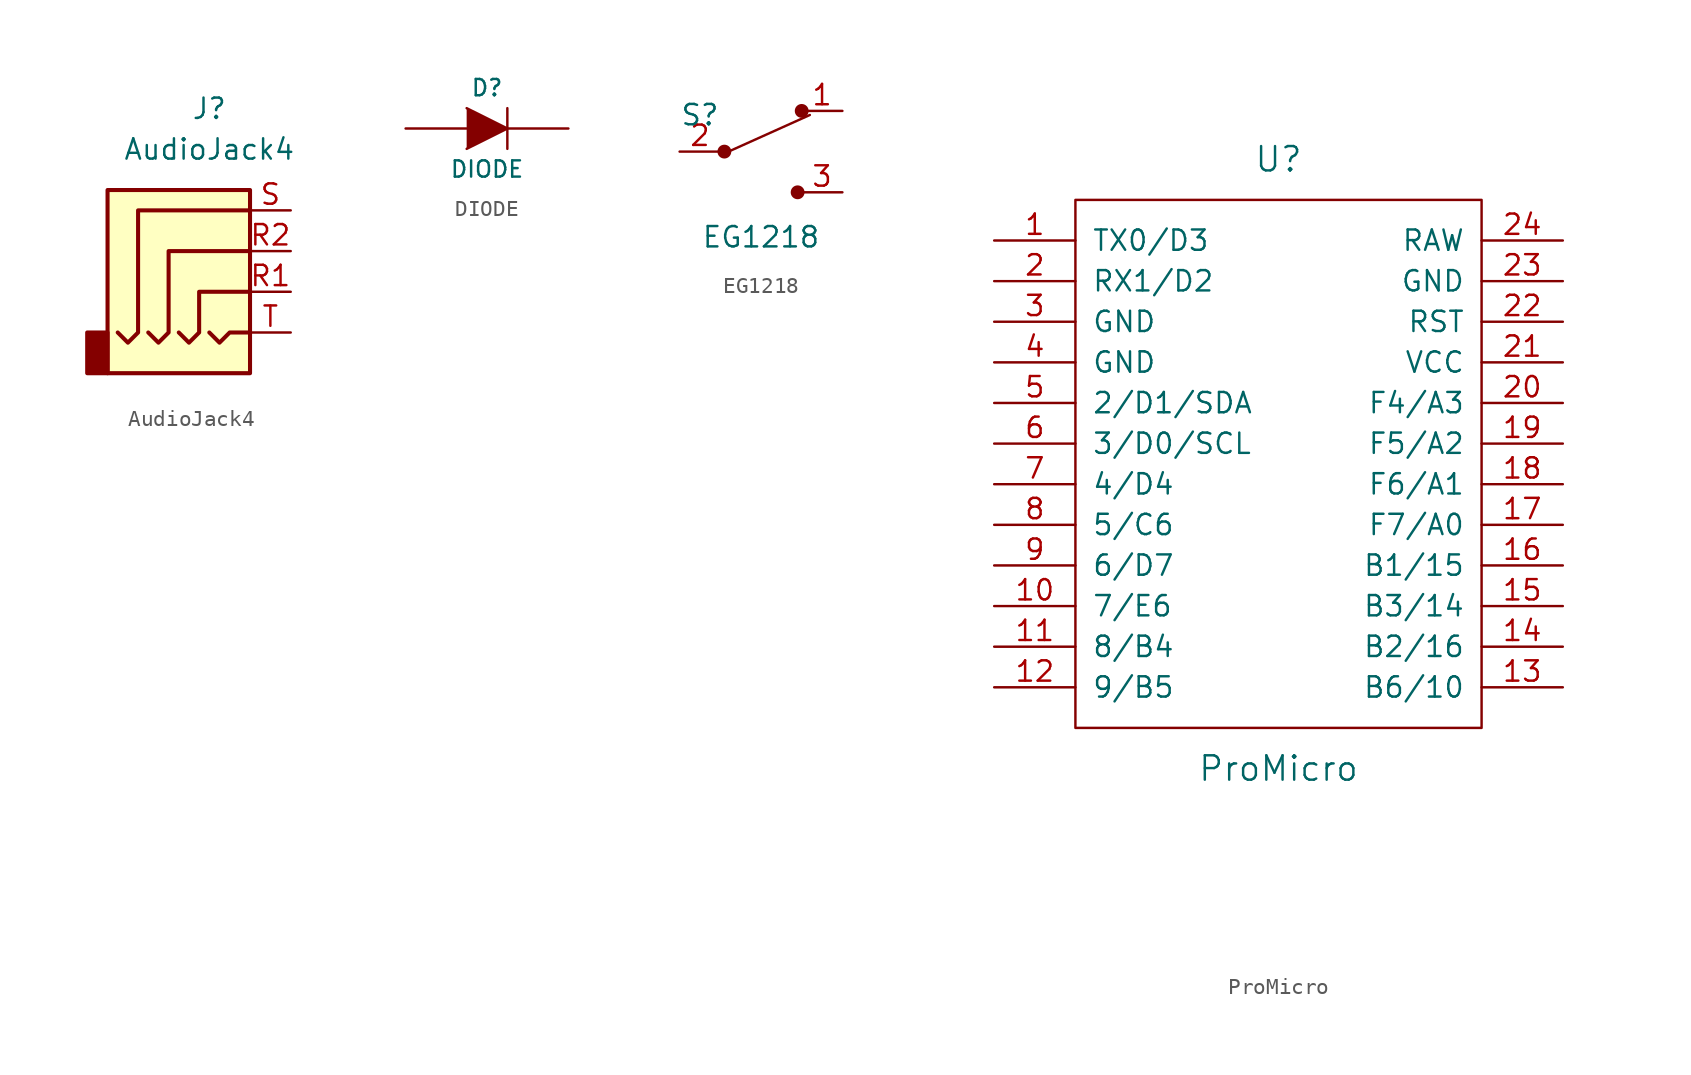
<source format=kicad_sym>
(kicad_symbol_lib
  (version 20220914)
  (generator kicad_symbol_editor)
  (symbol "AudioJack4"
    (property "Reference" "J"
      (at 0 8.89 0)
      (effects (font (size 1.27 1.27))))
    (property "Value" "AudioJack4"
      (at 0 6.35 0)
      (effects (font (size 1.27 1.27))))
    (symbol "AudioJack4_0_1"
      (rectangle (start -6.35 -5.08) (end -7.62 -7.62) (stroke (width 0.254) (type default)) (fill (type outline)))
      (polyline (pts (xy 0 -5.08) (xy 0.635 -5.715) (xy 1.27 -5.08) (xy 2.54 -5.08)) (stroke (width 0.254) (type default)) (fill (type none)))
      (polyline (pts (xy -5.715 -5.08) (xy -5.08 -5.715) (xy -4.445 -5.08) (xy -4.445 2.54) (xy 2.54 2.54)) (stroke (width 0.254) (type default)) (fill (type none)))
      (polyline (pts (xy -1.905 -5.08) (xy -1.27 -5.715) (xy -0.635 -5.08) (xy -0.635 -2.54) (xy 2.54 -2.54)) (stroke (width 0.254) (type default)) (fill (type none)))
      (polyline (pts (xy 2.54 0) (xy -2.54 0) (xy -2.54 -5.08) (xy -3.175 -5.715) (xy -3.81 -5.08)) (stroke (width 0.254) (type default)) (fill (type none)))
      (rectangle (start 2.54 3.81) (end -6.35 -7.62) (stroke (width 0.254) (type default)) (fill (type background))))
    (symbol "AudioJack4_1_1"
      (pin passive line (at 5.08 -2.54 180) (length 2.54) (name "~" (effects (font (size 1.27 1.27)))) (number "R1" (effects (font (size 1.27 1.27)))))
      (pin passive line (at 5.08 0 180) (length 2.54) (name "~" (effects (font (size 1.27 1.27)))) (number "R2" (effects (font (size 1.27 1.27)))))
      (pin passive line (at 5.08 2.54 180) (length 2.54) (name "~" (effects (font (size 1.27 1.27)))) (number "S" (effects (font (size 1.27 1.27)))))
      (pin passive line (at 5.08 -5.08 180) (length 2.54) (name "~" (effects (font (size 1.27 1.27)))) (number "T" (effects (font (size 1.27 1.27)))))))
  (symbol "DIODE"
    (pin_numbers hide)
    (pin_names
      (offset 1.016) hide)
    (property "Reference" "D"
      (at 0 2.54 0)
      (effects (font (size 1.016 1.016))))
    (property "Value" "DIODE"
      (at 0 -2.54 0)
      (effects (font (size 1.016 1.016))))
    (property "Footprint" ""
      (at 0 0 0)
      (effects (font (size 1.524 1.524))))
    (property "Datasheet" ""
      (at 0 0 0)
      (effects (font (size 1.524 1.524))))
    (symbol "DIODE_0_1"
      (polyline (pts (xy 1.27 1.27) (xy 1.27 -1.27)) (stroke (width 0.152) (type solid)) (fill (type none)))
      (polyline (pts (xy -1.27 1.27) (xy 1.27 0) (xy -1.27 -1.27)) (stroke (width 0) (type solid)) (fill (type outline))))
    (symbol "DIODE_1_1"
      (pin passive line (at 5.08 0 180) (length 3.81) (name "K" (effects (font (size 1.016 1.016)))) (number "1" (effects (font (size 1.016 1.016)))))
      (pin passive line (at -5.08 0 0) (length 3.81) (name "A" (effects (font (size 1.016 1.016)))) (number "2" (effects (font (size 1.016 1.016)))))))
  (symbol "EG1218"
    (pin_names
      (offset 0))
    (property "Reference" "S"
      (at -3.81 2.286 0)
      (effects (font (size 1.27 1.27))))
    (property "Value" "EG1218"
      (at 0 -5.334 0)
      (effects (font (size 1.27 1.27))))
    (symbol "EG1218_0_1"
      (circle (center -2.286 0) (radius 0.356) (stroke (width 0) (type default)) (fill (type outline)))
      (polyline (pts (xy -2.032 0) (xy 3.048 2.286)) (stroke (width 0) (type default)) (fill (type none)))
      (circle (center 2.286 -2.54) (radius 0.356) (stroke (width 0) (type default)) (fill (type outline)))
      (circle (center 2.54 2.54) (radius 0.356) (stroke (width 0) (type default)) (fill (type outline))))
    (symbol "EG1218_1_1"
      (pin passive line (at 5.08 2.54 180) (length 2.54) (name "~" (effects (font (size 1.27 1.27)))) (number "1" (effects (font (size 1.27 1.27)))))
      (pin passive line (at -5.08 0 0) (length 2.54) (name "~" (effects (font (size 1.27 1.27)))) (number "2" (effects (font (size 1.27 1.27)))))
      (pin passive line (at 5.08 -2.54 180) (length 2.54) (name "~" (effects (font (size 1.27 1.27)))) (number "3" (effects (font (size 1.27 1.27)))))))
  (symbol "ProMicro"
    (pin_names
      (offset 1.016))
    (property "Reference" "U"
      (at 0 19.05 0)
      (effects (font (size 1.524 1.524))))
    (property "Value" "ProMicro"
      (at 0 -19.05 0)
      (effects (font (size 1.524 1.524))))
    (property "Footprint" ""
      (at 2.54 -26.67 0)
      (effects (font (size 1.524 1.524))))
    (property "Datasheet" ""
      (at 2.54 -26.67 0)
      (effects (font (size 1.524 1.524))))
    (symbol "ProMicro_0_1"
      (rectangle (start -12.7 16.51) (end 12.7 -16.51) (stroke (width 0) (type default)) (fill (type none))))
    (symbol "ProMicro_1_1"
      (pin bidirectional line (at -17.78 13.97 0) (length 5.08) (name "TX0/D3" (effects (font (size 1.27 1.27)))) (number "1" (effects (font (size 1.27 1.27)))))
      (pin bidirectional line (at -17.78 -8.89 0) (length 5.08) (name "7/E6" (effects (font (size 1.27 1.27)))) (number "10" (effects (font (size 1.27 1.27)))))
      (pin bidirectional line (at -17.78 -11.43 0) (length 5.08) (name "8/B4" (effects (font (size 1.27 1.27)))) (number "11" (effects (font (size 1.27 1.27)))))
      (pin bidirectional line (at -17.78 -13.97 0) (length 5.08) (name "9/B5" (effects (font (size 1.27 1.27)))) (number "12" (effects (font (size 1.27 1.27)))))
      (pin bidirectional line (at 17.78 -13.97 180) (length 5.08) (name "B6/10" (effects (font (size 1.27 1.27)))) (number "13" (effects (font (size 1.27 1.27)))))
      (pin bidirectional line (at 17.78 -11.43 180) (length 5.08) (name "B2/16" (effects (font (size 1.27 1.27)))) (number "14" (effects (font (size 1.27 1.27)))))
      (pin bidirectional line (at 17.78 -8.89 180) (length 5.08) (name "B3/14" (effects (font (size 1.27 1.27)))) (number "15" (effects (font (size 1.27 1.27)))))
      (pin bidirectional line (at 17.78 -6.35 180) (length 5.08) (name "B1/15" (effects (font (size 1.27 1.27)))) (number "16" (effects (font (size 1.27 1.27)))))
      (pin bidirectional line (at 17.78 -3.81 180) (length 5.08) (name "F7/A0" (effects (font (size 1.27 1.27)))) (number "17" (effects (font (size 1.27 1.27)))))
      (pin bidirectional line (at 17.78 -1.27 180) (length 5.08) (name "F6/A1" (effects (font (size 1.27 1.27)))) (number "18" (effects (font (size 1.27 1.27)))))
      (pin bidirectional line (at 17.78 1.27 180) (length 5.08) (name "F5/A2" (effects (font (size 1.27 1.27)))) (number "19" (effects (font (size 1.27 1.27)))))
      (pin bidirectional line (at -17.78 11.43 0) (length 5.08) (name "RX1/D2" (effects (font (size 1.27 1.27)))) (number "2" (effects (font (size 1.27 1.27)))))
      (pin bidirectional line (at 17.78 3.81 180) (length 5.08) (name "F4/A3" (effects (font (size 1.27 1.27)))) (number "20" (effects (font (size 1.27 1.27)))))
      (pin power_in line (at 17.78 6.35 180) (length 5.08) (name "VCC" (effects (font (size 1.27 1.27)))) (number "21" (effects (font (size 1.27 1.27)))))
      (pin input line (at 17.78 8.89 180) (length 5.08) (name "RST" (effects (font (size 1.27 1.27)))) (number "22" (effects (font (size 1.27 1.27)))))
      (pin power_in line (at 17.78 11.43 180) (length 5.08) (name "GND" (effects (font (size 1.27 1.27)))) (number "23" (effects (font (size 1.27 1.27)))))
      (pin power_out line (at 17.78 13.97 180) (length 5.08) (name "RAW" (effects (font (size 1.27 1.27)))) (number "24" (effects (font (size 1.27 1.27)))))
      (pin power_in line (at -17.78 8.89 0) (length 5.08) (name "GND" (effects (font (size 1.27 1.27)))) (number "3" (effects (font (size 1.27 1.27)))))
      (pin power_in line (at -17.78 6.35 0) (length 5.08) (name "GND" (effects (font (size 1.27 1.27)))) (number "4" (effects (font (size 1.27 1.27)))))
      (pin bidirectional line (at -17.78 3.81 0) (length 5.08) (name "2/D1/SDA" (effects (font (size 1.27 1.27)))) (number "5" (effects (font (size 1.27 1.27)))))
      (pin bidirectional line (at -17.78 1.27 0) (length 5.08) (name "3/D0/SCL" (effects (font (size 1.27 1.27)))) (number "6" (effects (font (size 1.27 1.27)))))
      (pin bidirectional line (at -17.78 -1.27 0) (length 5.08) (name "4/D4" (effects (font (size 1.27 1.27)))) (number "7" (effects (font (size 1.27 1.27)))))
      (pin bidirectional line (at -17.78 -3.81 0) (length 5.08) (name "5/C6" (effects (font (size 1.27 1.27)))) (number "8" (effects (font (size 1.27 1.27)))))
      (pin bidirectional line (at -17.78 -6.35 0) (length 5.08) (name "6/D7" (effects (font (size 1.27 1.27)))) (number "9" (effects (font (size 1.27 1.27))))))))
</source>
